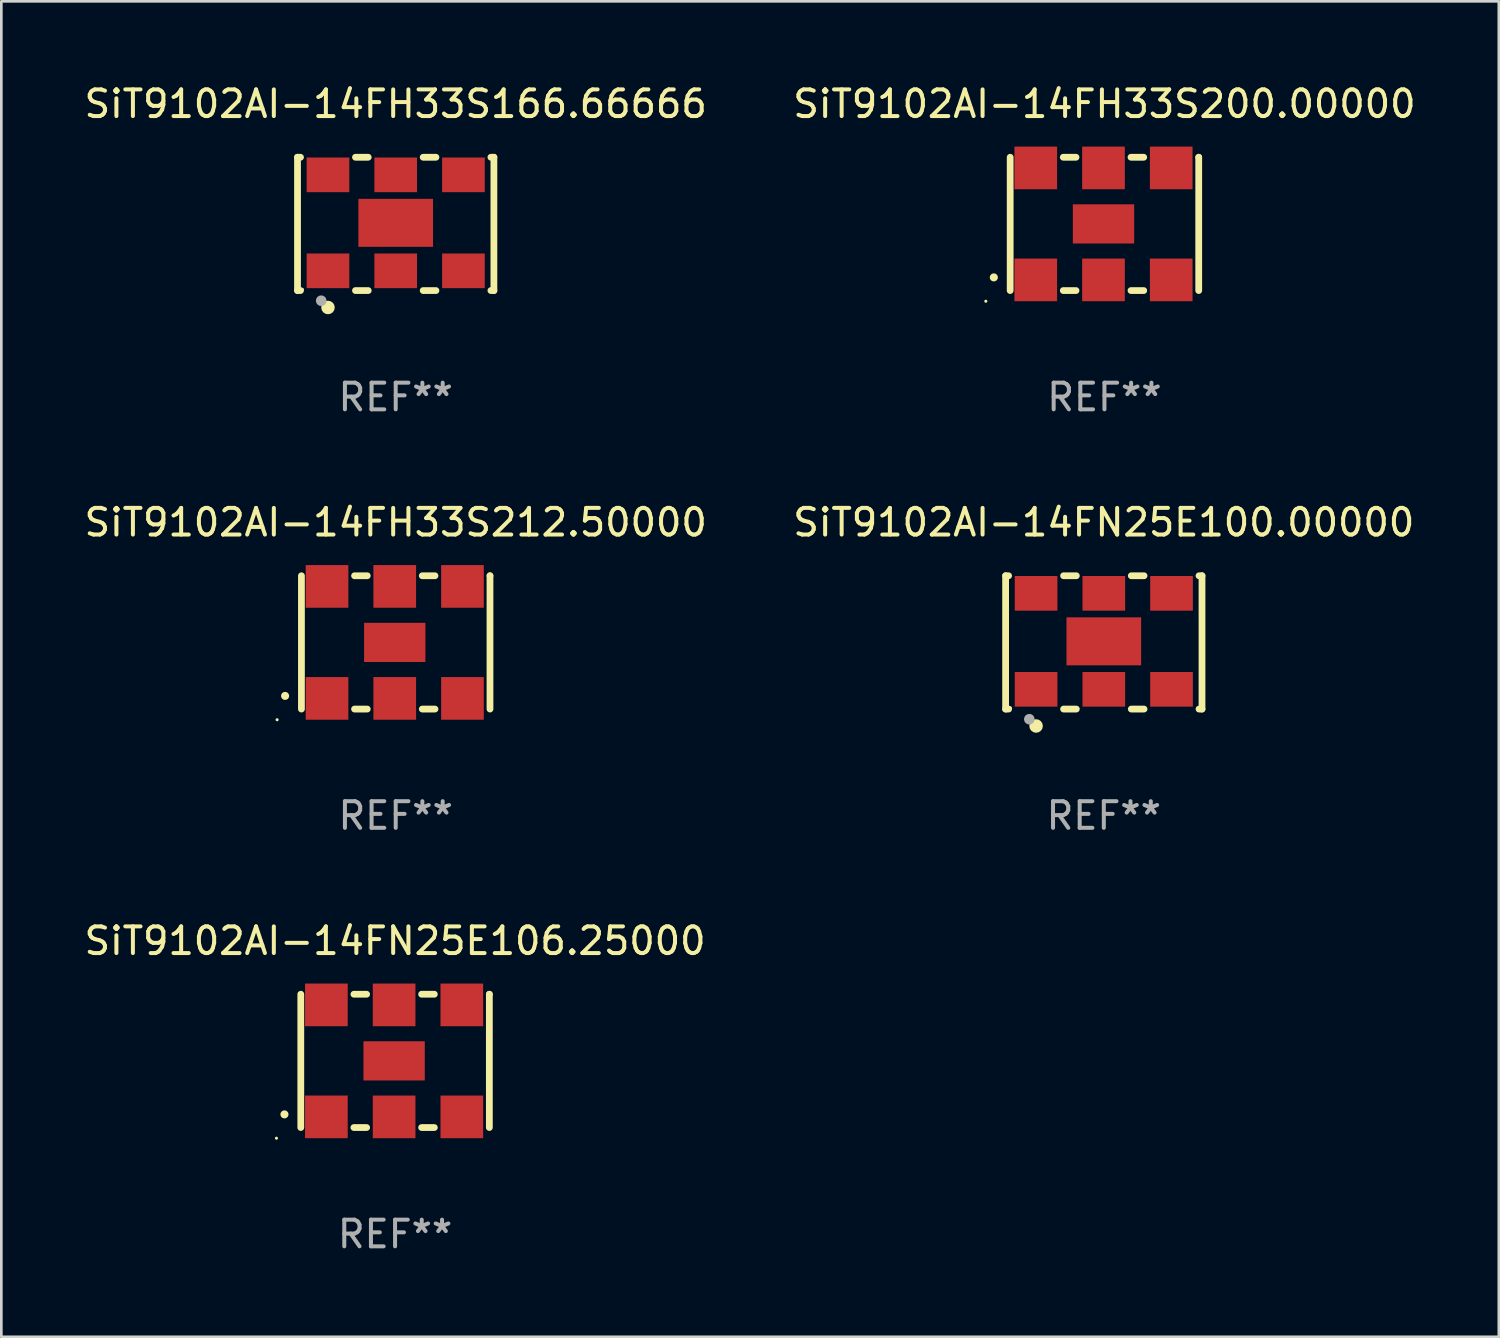
<source format=kicad_pcb>
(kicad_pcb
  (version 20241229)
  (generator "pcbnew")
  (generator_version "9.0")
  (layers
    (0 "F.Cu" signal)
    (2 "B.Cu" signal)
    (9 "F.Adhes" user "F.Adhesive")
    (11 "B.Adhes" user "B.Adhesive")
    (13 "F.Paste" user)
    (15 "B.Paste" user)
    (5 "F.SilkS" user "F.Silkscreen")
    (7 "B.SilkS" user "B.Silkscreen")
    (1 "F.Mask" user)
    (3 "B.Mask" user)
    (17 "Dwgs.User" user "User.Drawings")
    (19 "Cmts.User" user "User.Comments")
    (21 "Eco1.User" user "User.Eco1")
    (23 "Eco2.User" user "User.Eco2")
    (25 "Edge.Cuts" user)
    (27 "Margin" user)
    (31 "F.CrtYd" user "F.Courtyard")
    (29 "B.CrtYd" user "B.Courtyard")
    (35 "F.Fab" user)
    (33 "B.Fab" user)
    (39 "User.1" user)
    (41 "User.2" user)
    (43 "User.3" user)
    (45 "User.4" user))
  (footprint "SiT9102AI-14FH33S200.00000"
    (layer "F.Cu")
    (at 38.375 5.348)
    (property "Reference" "SiT9102AI-14FH33S200.00000" (at 0 -4.5 0) (layer "F.SilkS") (effects (font (size 1 1) (thickness 0.15))))
    (attr through_hole)
    (fp_line (start -3.536 -2.5) (end -3.536 2.5) (stroke (width 0.254) (type solid)) (layer "F.SilkS"))
    (fp_line (start -1.544 2.5) (end -1.067 2.5) (stroke (width 0.254) (type solid)) (layer "F.SilkS"))
    (fp_line (start -1.067 -2.5) (end -1.544 -2.5) (stroke (width 0.254) (type solid)) (layer "F.SilkS"))
    (fp_line (start 0.996 2.5) (end 1.473 2.5) (stroke (width 0.254) (type solid)) (layer "F.SilkS"))
    (fp_line (start 1.473 -2.5) (end 0.996 -2.5) (stroke (width 0.254) (type solid)) (layer "F.SilkS"))
    (fp_line (start 3.536 -2.5) (end 3.536 -2.5) (stroke (width 0.254) (type solid)) (layer "F.SilkS"))
    (fp_line (start 3.536 2.5) (end 3.536 -2.5) (stroke (width 0.254) (type solid)) (layer "F.SilkS"))
    (fp_arc (start -4.150432 2.006604) (mid -4.149162 2.006599) (end -4.147892 2.006604) (stroke (width 0.3) (type solid)) (layer "F.SilkS"))
    (fp_circle (center -4.449 2.9) (end -4.419 2.9) (stroke (width 0.06) (type solid)) (fill no) (layer "F.SilkS"))
    (fp_text user "REF**" (at 0 6.5 0) (layer "F.Fab") (effects (font (size 1 1) (thickness 0.15))))
    (pad "1" smd rect (at -2.576 2.1) (size 1.6 1.6) (layers "F.Cu" "F.Mask" "F.Paste"))
    (pad "2" smd rect (at -0.036 2.1) (size 1.6 1.6) (layers "F.Cu" "F.Mask" "F.Paste"))
    (pad "3" smd rect (at 2.504 2.1) (size 1.6 1.6) (layers "F.Cu" "F.Mask" "F.Paste"))
    (pad "4" smd rect (at 2.504 -2.1) (size 1.6 1.6) (layers "F.Cu" "F.Mask" "F.Paste"))
    (pad "5" smd rect (at -0.036 -2.1) (size 1.6 1.6) (layers "F.Cu" "F.Mask" "F.Paste"))
    (pad "6" smd rect (at -2.576 -2.1) (size 1.6 1.6) (layers "F.Cu" "F.Mask" "F.Paste"))
    (pad "7" smd rect (at -0.036 0) (size 2.3 1.47) (layers "F.Cu" "F.Mask" "F.Paste")))
  (footprint "SiT9102AI-14FH33S212.50000"
    (layer "F.Cu")
    (at 11.792 21.045)
    (property "Reference" "SiT9102AI-14FH33S212.50000" (at 0 -4.5 0) (layer "F.SilkS") (effects (font (size 1 1) (thickness 0.15))))
    (attr through_hole)
    (fp_line (start -3.536 -2.5) (end -3.536 2.5) (stroke (width 0.254) (type solid)) (layer "F.SilkS"))
    (fp_line (start -1.544 2.5) (end -1.067 2.5) (stroke (width 0.254) (type solid)) (layer "F.SilkS"))
    (fp_line (start -1.067 -2.5) (end -1.544 -2.5) (stroke (width 0.254) (type solid)) (layer "F.SilkS"))
    (fp_line (start 0.996 2.5) (end 1.473 2.5) (stroke (width 0.254) (type solid)) (layer "F.SilkS"))
    (fp_line (start 1.473 -2.5) (end 0.996 -2.5) (stroke (width 0.254) (type solid)) (layer "F.SilkS"))
    (fp_line (start 3.536 -2.5) (end 3.536 -2.5) (stroke (width 0.254) (type solid)) (layer "F.SilkS"))
    (fp_line (start 3.536 2.5) (end 3.536 -2.5) (stroke (width 0.254) (type solid)) (layer "F.SilkS"))
    (fp_arc (start -4.150432 2.006604) (mid -4.149162 2.006599) (end -4.147892 2.006604) (stroke (width 0.3) (type solid)) (layer "F.SilkS"))
    (fp_circle (center -4.449 2.9) (end -4.419 2.9) (stroke (width 0.06) (type solid)) (fill no) (layer "F.SilkS"))
    (fp_text user "REF**" (at 0 6.5 0) (layer "F.Fab") (effects (font (size 1 1) (thickness 0.15))))
    (pad "1" smd rect (at -2.576 2.1) (size 1.6 1.6) (layers "F.Cu" "F.Mask" "F.Paste"))
    (pad "2" smd rect (at -0.036 2.1) (size 1.6 1.6) (layers "F.Cu" "F.Mask" "F.Paste"))
    (pad "3" smd rect (at 2.504 2.1) (size 1.6 1.6) (layers "F.Cu" "F.Mask" "F.Paste"))
    (pad "4" smd rect (at 2.504 -2.1) (size 1.6 1.6) (layers "F.Cu" "F.Mask" "F.Paste"))
    (pad "5" smd rect (at -0.036 -2.1) (size 1.6 1.6) (layers "F.Cu" "F.Mask" "F.Paste"))
    (pad "6" smd rect (at -2.576 -2.1) (size 1.6 1.6) (layers "F.Cu" "F.Mask" "F.Paste"))
    (pad "7" smd rect (at -0.036 0) (size 2.3 1.47) (layers "F.Cu" "F.Mask" "F.Paste")))
  (footprint "SiT9102AI-14FH33S166.66666"
    (layer "F.Cu")
    (at 11.792 5.348)
    (property "Reference" "SiT9102AI-14FH33S166.66666" (at 0 -4.5 0) (layer "F.SilkS") (effects (font (size 1 1) (thickness 0.15))))
    (attr through_hole)
    (fp_line (start -3.683 -2.5) (end -3.571 -2.5) (stroke (width 0.254) (type solid)) (layer "F.SilkS"))
    (fp_line (start -3.683 2.5) (end -3.683 -2.5) (stroke (width 0.254) (type solid)) (layer "F.SilkS"))
    (fp_line (start -3.683 2.5) (end -3.571 2.5) (stroke (width 0.254) (type solid)) (layer "F.SilkS"))
    (fp_line (start -1.509 -2.5) (end -1.031 -2.5) (stroke (width 0.254) (type solid)) (layer "F.SilkS"))
    (fp_line (start -1.509 2.5) (end -1.031 2.5) (stroke (width 0.254) (type solid)) (layer "F.SilkS"))
    (fp_line (start 1.031 -2.5) (end 1.509 -2.5) (stroke (width 0.254) (type solid)) (layer "F.SilkS"))
    (fp_line (start 1.031 2.5) (end 1.509 2.5) (stroke (width 0.254) (type solid)) (layer "F.SilkS"))
    (fp_line (start 3.571 -2.5) (end 3.683 -2.5) (stroke (width 0.254) (type solid)) (layer "F.SilkS"))
    (fp_line (start 3.571 2.5) (end 3.683 2.5) (stroke (width 0.254) (type solid)) (layer "F.SilkS"))
    (fp_line (start 3.683 2.5) (end 3.683 -2.5) (stroke (width 0.254) (type solid)) (layer "F.SilkS"))
    (fp_circle (center -3.5 2.46) (end -3.47 2.46) (stroke (width 0.06) (type solid)) (fill no) (layer "F.SilkS"))
    (fp_circle (center -2.54 3.135) (end -2.413 3.135) (stroke (width 0.254) (type solid)) (fill no) (layer "F.SilkS"))
    (fp_circle (center -2.794 2.881) (end -2.694 2.881) (stroke (width 0.2) (type solid)) (fill no) (layer "F.Fab"))
    (fp_text user "REF**" (at 0 6.5 0) (layer "F.Fab") (effects (font (size 1 1) (thickness 0.15))))
    (pad "1" smd rect (at -2.54 1.76) (size 1.6 1.3) (layers "F.Cu" "F.Mask" "F.Paste"))
    (pad "2" smd rect (at 0 1.76) (size 1.6 1.3) (layers "F.Cu" "F.Mask" "F.Paste"))
    (pad "3" smd rect (at 2.54 1.76) (size 1.6 1.3) (layers "F.Cu" "F.Mask" "F.Paste"))
    (pad "4" smd rect (at 2.54 -1.84) (size 1.6 1.3) (layers "F.Cu" "F.Mask" "F.Paste"))
    (pad "5" smd rect (at 0 -1.84) (size 1.6 1.3) (layers "F.Cu" "F.Mask" "F.Paste"))
    (pad "6" smd rect (at -2.54 -1.84) (size 1.6 1.3) (layers "F.Cu" "F.Mask" "F.Paste"))
    (pad "7" smd rect (at 0 -0.04) (size 2.8 1.8) (layers "F.Cu" "F.Mask" "F.Paste")))
  (footprint "SiT9102AI-14FN25E100.00000"
    (layer "F.Cu")
    (at 38.351 21.045)
    (property "Reference" "SiT9102AI-14FN25E100.00000" (at 0 -4.5 0) (layer "F.SilkS") (effects (font (size 1 1) (thickness 0.15))))
    (attr through_hole)
    (fp_line (start -3.683 -2.5) (end -3.571 -2.5) (stroke (width 0.254) (type solid)) (layer "F.SilkS"))
    (fp_line (start -3.683 2.5) (end -3.683 -2.5) (stroke (width 0.254) (type solid)) (layer "F.SilkS"))
    (fp_line (start -3.683 2.5) (end -3.571 2.5) (stroke (width 0.254) (type solid)) (layer "F.SilkS"))
    (fp_line (start -1.509 -2.5) (end -1.031 -2.5) (stroke (width 0.254) (type solid)) (layer "F.SilkS"))
    (fp_line (start -1.509 2.5) (end -1.031 2.5) (stroke (width 0.254) (type solid)) (layer "F.SilkS"))
    (fp_line (start 1.031 -2.5) (end 1.509 -2.5) (stroke (width 0.254) (type solid)) (layer "F.SilkS"))
    (fp_line (start 1.031 2.5) (end 1.509 2.5) (stroke (width 0.254) (type solid)) (layer "F.SilkS"))
    (fp_line (start 3.571 -2.5) (end 3.683 -2.5) (stroke (width 0.254) (type solid)) (layer "F.SilkS"))
    (fp_line (start 3.571 2.5) (end 3.683 2.5) (stroke (width 0.254) (type solid)) (layer "F.SilkS"))
    (fp_line (start 3.683 2.5) (end 3.683 -2.5) (stroke (width 0.254) (type solid)) (layer "F.SilkS"))
    (fp_circle (center -3.5 2.46) (end -3.47 2.46) (stroke (width 0.06) (type solid)) (fill no) (layer "F.SilkS"))
    (fp_circle (center -2.54 3.135) (end -2.413 3.135) (stroke (width 0.254) (type solid)) (fill no) (layer "F.SilkS"))
    (fp_circle (center -2.794 2.881) (end -2.694 2.881) (stroke (width 0.2) (type solid)) (fill no) (layer "F.Fab"))
    (fp_text user "REF**" (at 0 6.5 0) (layer "F.Fab") (effects (font (size 1 1) (thickness 0.15))))
    (pad "1" smd rect (at -2.54 1.76) (size 1.6 1.3) (layers "F.Cu" "F.Mask" "F.Paste"))
    (pad "2" smd rect (at 0 1.76) (size 1.6 1.3) (layers "F.Cu" "F.Mask" "F.Paste"))
    (pad "3" smd rect (at 2.54 1.76) (size 1.6 1.3) (layers "F.Cu" "F.Mask" "F.Paste"))
    (pad "4" smd rect (at 2.54 -1.84) (size 1.6 1.3) (layers "F.Cu" "F.Mask" "F.Paste"))
    (pad "5" smd rect (at 0 -1.84) (size 1.6 1.3) (layers "F.Cu" "F.Mask" "F.Paste"))
    (pad "6" smd rect (at -2.54 -1.84) (size 1.6 1.3) (layers "F.Cu" "F.Mask" "F.Paste"))
    (pad "7" smd rect (at 0 -0.04) (size 2.8 1.8) (layers "F.Cu" "F.Mask" "F.Paste")))
  (footprint "SiT9102AI-14FN25E106.25000"
    (layer "F.Cu")
    (at 11.768 36.741)
    (property "Reference" "SiT9102AI-14FN25E106.25000" (at 0 -4.5 0) (layer "F.SilkS") (effects (font (size 1 1) (thickness 0.15))))
    (attr through_hole)
    (fp_line (start -3.536 -2.5) (end -3.536 2.5) (stroke (width 0.254) (type solid)) (layer "F.SilkS"))
    (fp_line (start -1.544 2.5) (end -1.067 2.5) (stroke (width 0.254) (type solid)) (layer "F.SilkS"))
    (fp_line (start -1.067 -2.5) (end -1.544 -2.5) (stroke (width 0.254) (type solid)) (layer "F.SilkS"))
    (fp_line (start 0.996 2.5) (end 1.473 2.5) (stroke (width 0.254) (type solid)) (layer "F.SilkS"))
    (fp_line (start 1.473 -2.5) (end 0.996 -2.5) (stroke (width 0.254) (type solid)) (layer "F.SilkS"))
    (fp_line (start 3.536 -2.5) (end 3.536 -2.5) (stroke (width 0.254) (type solid)) (layer "F.SilkS"))
    (fp_line (start 3.536 2.5) (end 3.536 -2.5) (stroke (width 0.254) (type solid)) (layer "F.SilkS"))
    (fp_arc (start -4.150432 2.006604) (mid -4.149162 2.006599) (end -4.147892 2.006604) (stroke (width 0.3) (type solid)) (layer "F.SilkS"))
    (fp_circle (center -4.449 2.9) (end -4.419 2.9) (stroke (width 0.06) (type solid)) (fill no) (layer "F.SilkS"))
    (fp_text user "REF**" (at 0 6.5 0) (layer "F.Fab") (effects (font (size 1 1) (thickness 0.15))))
    (pad "1" smd rect (at -2.576 2.1) (size 1.6 1.6) (layers "F.Cu" "F.Mask" "F.Paste"))
    (pad "2" smd rect (at -0.036 2.1) (size 1.6 1.6) (layers "F.Cu" "F.Mask" "F.Paste"))
    (pad "3" smd rect (at 2.504 2.1) (size 1.6 1.6) (layers "F.Cu" "F.Mask" "F.Paste"))
    (pad "4" smd rect (at 2.504 -2.1) (size 1.6 1.6) (layers "F.Cu" "F.Mask" "F.Paste"))
    (pad "5" smd rect (at -0.036 -2.1) (size 1.6 1.6) (layers "F.Cu" "F.Mask" "F.Paste"))
    (pad "6" smd rect (at -2.576 -2.1) (size 1.6 1.6) (layers "F.Cu" "F.Mask" "F.Paste"))
    (pad "7" smd rect (at -0.036 0) (size 2.3 1.47) (layers "F.Cu" "F.Mask" "F.Paste")))
  (gr_rect
    (start -3 -3)
    (end 53.167 47.09)
    (stroke (width 0.1) (type default))
    (fill no)
    (layer "Edge.Cuts")))
</source>
